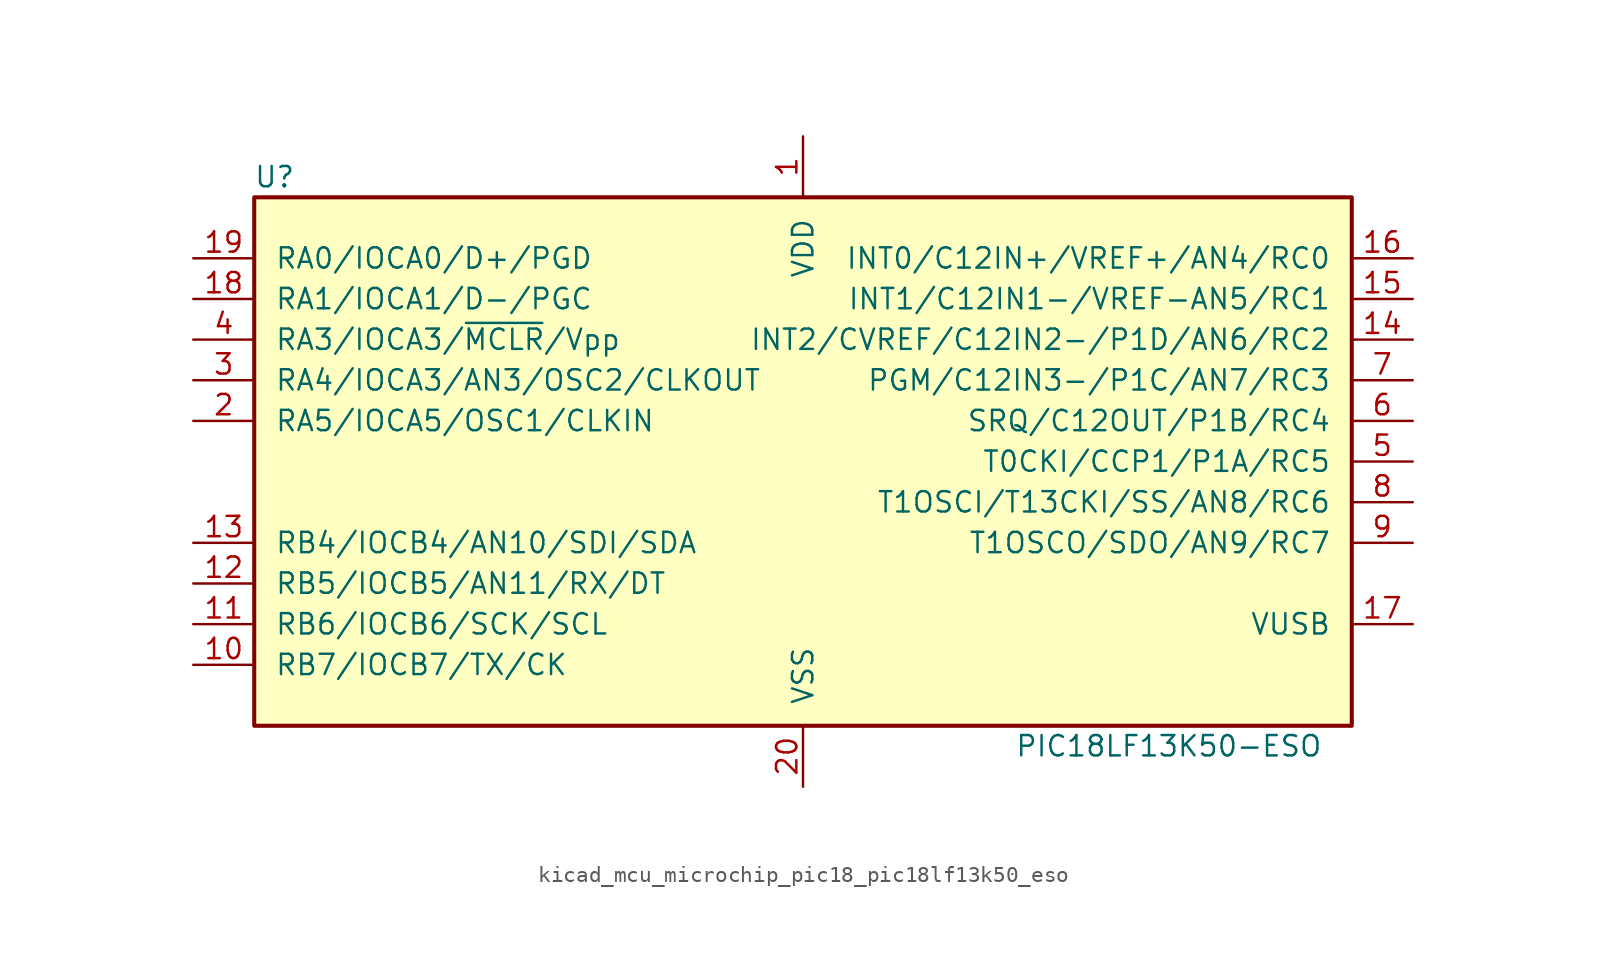
<source format=kicad_sym>
(kicad_symbol_lib
  (version 20220914)
  (generator kicad_symbol_editor)
  (symbol "kicad_mcu_microchip_pic18_pic18lf13k50_eso"
    (pin_names
      (offset 1.27))
    (property "Reference" "U"
      (at -33.02 17.78 0)
      (effects (font (size 1.27 1.27))))
    (property "Value" "PIC18LF13K50-ESO"
      (at 22.86 -17.78 0)
      (effects (font (size 1.27 1.27))))
    (symbol "kicad_mcu_microchip_pic18_pic18lf13k50_eso_0_1"
      (rectangle (start -34.29 16.51) (end 34.29 -16.51) (stroke (width 0.254) (type default)) (fill (type background))))
    (symbol "kicad_mcu_microchip_pic18_pic18lf13k50_eso_1_1"
      (pin power_in line (at 0 20.32 270) (length 3.81) (name "VDD" (effects (font (size 1.27 1.27)))) (number "1" (effects (font (size 1.27 1.27)))))
      (pin bidirectional line (at -38.1 -12.7 0) (length 3.81) (name "RB7/IOCB7/TX/CK" (effects (font (size 1.27 1.27)))) (number "10" (effects (font (size 1.27 1.27)))))
      (pin bidirectional line (at -38.1 -10.16 0) (length 3.81) (name "RB6/IOCB6/SCK/SCL" (effects (font (size 1.27 1.27)))) (number "11" (effects (font (size 1.27 1.27)))))
      (pin bidirectional line (at -38.1 -7.62 0) (length 3.81) (name "RB5/IOCB5/AN11/RX/DT" (effects (font (size 1.27 1.27)))) (number "12" (effects (font (size 1.27 1.27)))))
      (pin bidirectional line (at -38.1 -5.08 0) (length 3.81) (name "RB4/IOCB4/AN10/SDI/SDA" (effects (font (size 1.27 1.27)))) (number "13" (effects (font (size 1.27 1.27)))))
      (pin bidirectional line (at 38.1 7.62 180) (length 3.81) (name "INT2/CVREF/C12IN2-/P1D/AN6/RC2" (effects (font (size 1.27 1.27)))) (number "14" (effects (font (size 1.27 1.27)))))
      (pin bidirectional line (at 38.1 10.16 180) (length 3.81) (name "INT1/C12IN1-/VREF-AN5/RC1" (effects (font (size 1.27 1.27)))) (number "15" (effects (font (size 1.27 1.27)))))
      (pin bidirectional line (at 38.1 12.7 180) (length 3.81) (name "INT0/C12IN+/VREF+/AN4/RC0" (effects (font (size 1.27 1.27)))) (number "16" (effects (font (size 1.27 1.27)))))
      (pin passive line (at 38.1 -10.16 180) (length 3.81) (name "VUSB" (effects (font (size 1.27 1.27)))) (number "17" (effects (font (size 1.27 1.27)))))
      (pin bidirectional line (at -38.1 10.16 0) (length 3.81) (name "RA1/IOCA1/D-/PGC" (effects (font (size 1.27 1.27)))) (number "18" (effects (font (size 1.27 1.27)))))
      (pin bidirectional line (at -38.1 12.7 0) (length 3.81) (name "RA0/IOCA0/D+/PGD" (effects (font (size 1.27 1.27)))) (number "19" (effects (font (size 1.27 1.27)))))
      (pin bidirectional line (at -38.1 2.54 0) (length 3.81) (name "RA5/IOCA5/OSC1/CLKIN" (effects (font (size 1.27 1.27)))) (number "2" (effects (font (size 1.27 1.27)))))
      (pin power_in line (at 0 -20.32 90) (length 3.81) (name "VSS" (effects (font (size 1.27 1.27)))) (number "20" (effects (font (size 1.27 1.27)))))
      (pin bidirectional line (at -38.1 5.08 0) (length 3.81) (name "RA4/IOCA3/AN3/OSC2/CLKOUT" (effects (font (size 1.27 1.27)))) (number "3" (effects (font (size 1.27 1.27)))))
      (pin input line (at -38.1 7.62 0) (length 3.81) (name "RA3/IOCA3/~{MCLR}/Vpp" (effects (font (size 1.27 1.27)))) (number "4" (effects (font (size 1.27 1.27)))))
      (pin bidirectional line (at 38.1 0 180) (length 3.81) (name "T0CKI/CCP1/P1A/RC5" (effects (font (size 1.27 1.27)))) (number "5" (effects (font (size 1.27 1.27)))))
      (pin bidirectional line (at 38.1 2.54 180) (length 3.81) (name "SRQ/C12OUT/P1B/RC4" (effects (font (size 1.27 1.27)))) (number "6" (effects (font (size 1.27 1.27)))))
      (pin bidirectional line (at 38.1 5.08 180) (length 3.81) (name "PGM/C12IN3-/P1C/AN7/RC3" (effects (font (size 1.27 1.27)))) (number "7" (effects (font (size 1.27 1.27)))))
      (pin bidirectional line (at 38.1 -2.54 180) (length 3.81) (name "T1OSCI/T13CKI/SS/AN8/RC6" (effects (font (size 1.27 1.27)))) (number "8" (effects (font (size 1.27 1.27)))))
      (pin bidirectional line (at 38.1 -5.08 180) (length 3.81) (name "T1OSCO/SDO/AN9/RC7" (effects (font (size 1.27 1.27)))) (number "9" (effects (font (size 1.27 1.27))))))))
</source>
